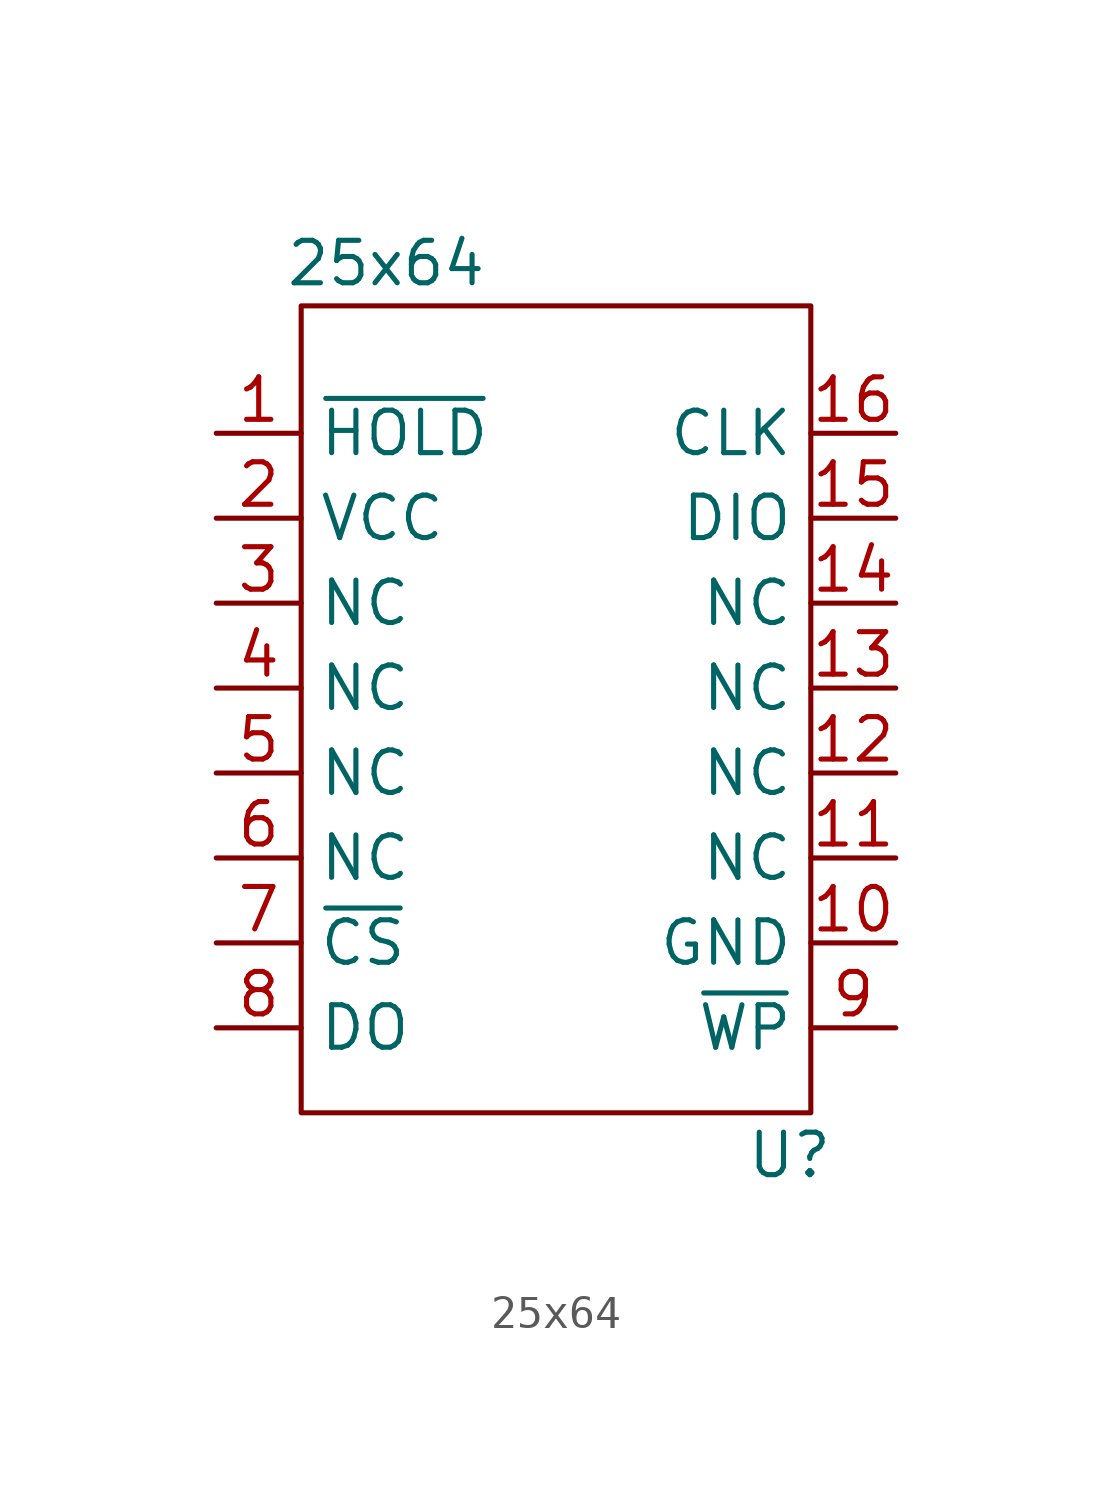
<source format=kicad_sym>
(kicad_symbol_lib
  (version 20201005)
  (generator kicad_symbol_editor)
  (symbol "25x64:25x64"
    (property "Reference" "U"
      (at 6.985 -12.7 0)
      (effects (font (size 1.27 1.27))))
    (property "Value" "25x64"
      (at -5.08 13.97 0)
      (effects (font (size 1.27 1.27))))
    (symbol "25x64_0_1"
      (rectangle (start -7.62 12.7) (end 7.62 -11.43) (stroke (width 0.152)) (fill (type none))))
    (symbol "25x64_1_1"
      (pin input line (at -10.16 8.89 0) (length 2.54) (name "~HOLD" (effects (font (size 1.27 1.27)))) (number "1" (effects (font (size 1.27 1.27)))))
      (pin input line (at 10.16 -6.35 180) (length 2.54) (name "GND" (effects (font (size 1.27 1.27)))) (number "10" (effects (font (size 1.27 1.27)))))
      (pin input line (at 10.16 -3.81 180) (length 2.54) (name "NC" (effects (font (size 1.27 1.27)))) (number "11" (effects (font (size 1.27 1.27)))))
      (pin input line (at 10.16 -1.27 180) (length 2.54) (name "NC" (effects (font (size 1.27 1.27)))) (number "12" (effects (font (size 1.27 1.27)))))
      (pin input line (at 10.16 1.27 180) (length 2.54) (name "NC" (effects (font (size 1.27 1.27)))) (number "13" (effects (font (size 1.27 1.27)))))
      (pin input line (at 10.16 3.81 180) (length 2.54) (name "NC" (effects (font (size 1.27 1.27)))) (number "14" (effects (font (size 1.27 1.27)))))
      (pin input line (at 10.16 6.35 180) (length 2.54) (name "DIO" (effects (font (size 1.27 1.27)))) (number "15" (effects (font (size 1.27 1.27)))))
      (pin input line (at 10.16 8.89 180) (length 2.54) (name "CLK" (effects (font (size 1.27 1.27)))) (number "16" (effects (font (size 1.27 1.27)))))
      (pin input line (at -10.16 6.35 0) (length 2.54) (name "VCC" (effects (font (size 1.27 1.27)))) (number "2" (effects (font (size 1.27 1.27)))))
      (pin input line (at -10.16 3.81 0) (length 2.54) (name "NC" (effects (font (size 1.27 1.27)))) (number "3" (effects (font (size 1.27 1.27)))))
      (pin input line (at -10.16 1.27 0) (length 2.54) (name "NC" (effects (font (size 1.27 1.27)))) (number "4" (effects (font (size 1.27 1.27)))))
      (pin input line (at -10.16 -1.27 0) (length 2.54) (name "NC" (effects (font (size 1.27 1.27)))) (number "5" (effects (font (size 1.27 1.27)))))
      (pin input line (at -10.16 -3.81 0) (length 2.54) (name "NC" (effects (font (size 1.27 1.27)))) (number "6" (effects (font (size 1.27 1.27)))))
      (pin input line (at -10.16 -6.35 0) (length 2.54) (name "~CS" (effects (font (size 1.27 1.27)))) (number "7" (effects (font (size 1.27 1.27)))))
      (pin input line (at -10.16 -8.89 0) (length 2.54) (name "DO" (effects (font (size 1.27 1.27)))) (number "8" (effects (font (size 1.27 1.27)))))
      (pin input line (at 10.16 -8.89 180) (length 2.54) (name "~WP" (effects (font (size 1.27 1.27)))) (number "9" (effects (font (size 1.27 1.27))))))))
</source>
